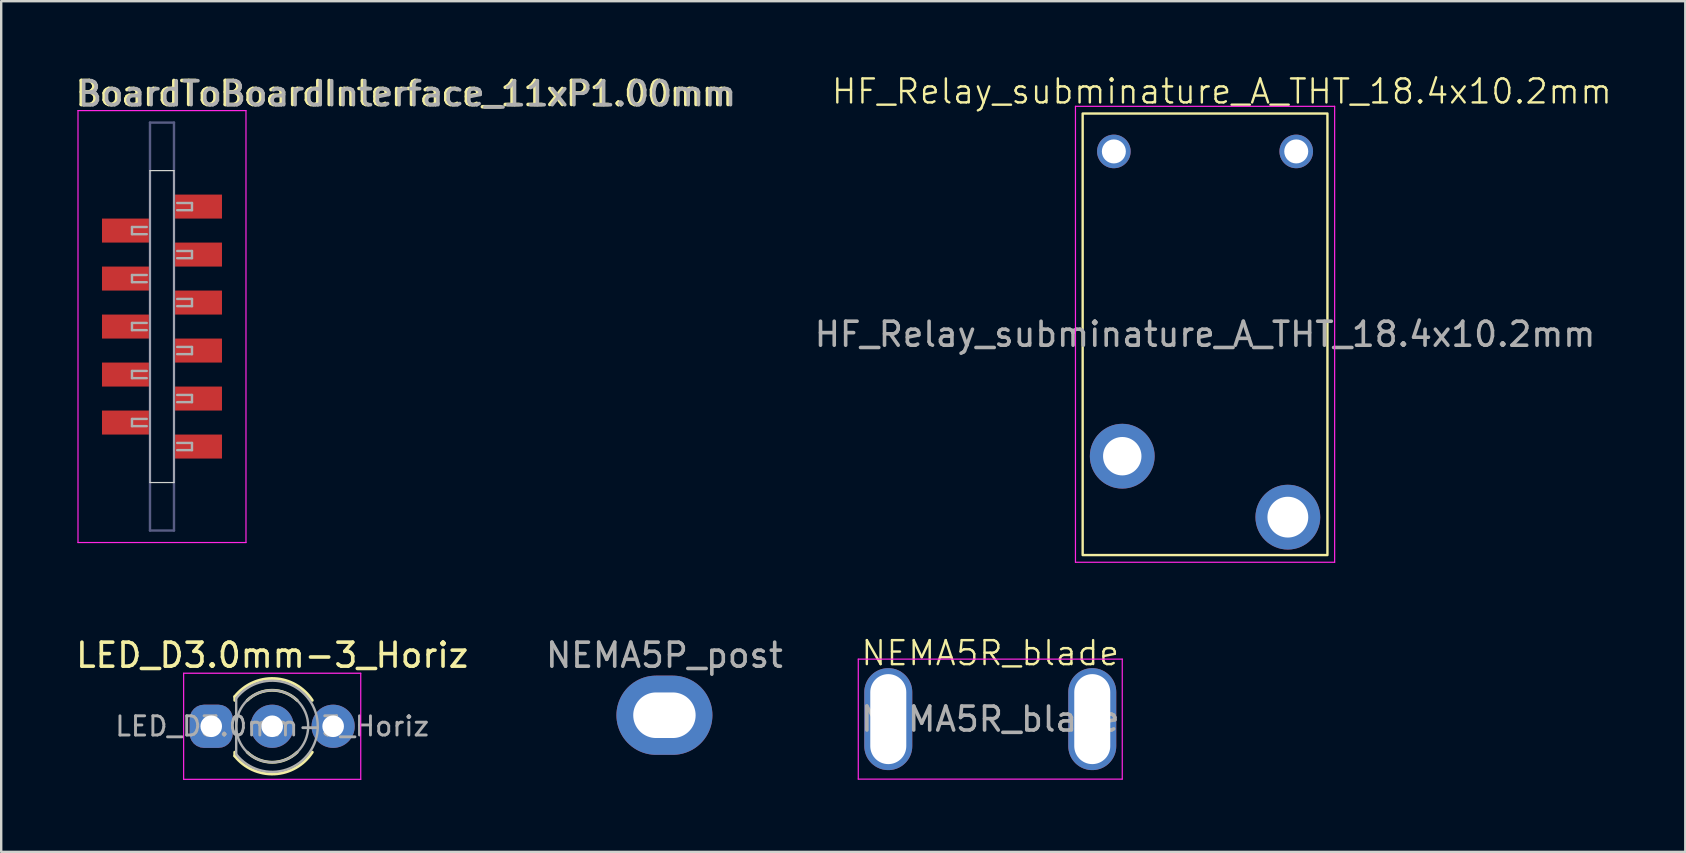
<source format=kicad_pcb>
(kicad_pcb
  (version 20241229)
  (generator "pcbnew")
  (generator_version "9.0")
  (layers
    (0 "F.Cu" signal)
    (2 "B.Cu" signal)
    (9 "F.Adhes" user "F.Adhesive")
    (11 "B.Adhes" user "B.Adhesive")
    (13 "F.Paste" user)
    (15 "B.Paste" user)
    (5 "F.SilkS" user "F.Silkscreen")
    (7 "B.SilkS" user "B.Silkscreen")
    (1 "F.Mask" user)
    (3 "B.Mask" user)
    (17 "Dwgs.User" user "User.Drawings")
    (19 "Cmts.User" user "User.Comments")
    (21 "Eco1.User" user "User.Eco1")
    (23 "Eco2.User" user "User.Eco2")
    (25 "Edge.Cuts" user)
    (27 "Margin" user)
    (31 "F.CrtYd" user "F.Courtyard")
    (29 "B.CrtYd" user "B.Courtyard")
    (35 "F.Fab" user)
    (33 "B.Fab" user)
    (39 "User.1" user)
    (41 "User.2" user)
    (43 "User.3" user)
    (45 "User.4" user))
  (footprint "NEMA5P_post"
    (layer "F.Cu")
    (at 24.637 26.754)
    (property "Reference" "NEMA5P_post" (at 0 -2.5 0) (unlocked yes) (layer "F.SilkS") (effects (font (size 1 1) (thickness 0.1))))
    (attr through_hole)
    (fp_text user "${REFERENCE}" (at 0 -2.5 0) (unlocked yes) (layer "F.Fab") (effects (font (size 1 1) (thickness 0.15))))
    (pad "1" thru_hole oval (at 0 0) (size 4 3.3) (drill oval 2.6 1.9) (layers "*.Cu" "*.Mask")))
  (footprint "NEMA5R_blade"
    (layer "F.Cu")
    (at 38.215 26.916)
    (property "Reference" "NEMA5R_blade" (at 0 -2.75 0) (unlocked yes) (layer "F.SilkS") (effects (font (size 1 1) (thickness 0.1))))
    (attr through_hole)
    (fp_line (start -5.5 -2.5) (end 5.5 -2.5) (stroke (width 0.05) (type default)) (layer "F.CrtYd"))
    (fp_line (start -5.5 2.5) (end -5.5 -2.5) (stroke (width 0.05) (type default)) (layer "F.CrtYd"))
    (fp_line (start 5.5 -2.5) (end 5.5 2.5) (stroke (width 0.05) (type default)) (layer "F.CrtYd"))
    (fp_line (start 5.5 2.5) (end -5.5 2.5) (stroke (width 0.05) (type default)) (layer "F.CrtYd"))
    (fp_text user "${REFERENCE}" (at 0 0 0) (unlocked yes) (layer "F.Fab") (effects (font (size 1 1) (thickness 0.15))))
    (pad "1" thru_hole oval (at -4.25 0) (size 2 4.25) (drill oval 1.5 3.75) (layers "*.Cu" "*.Mask"))
    (pad "1" thru_hole oval (at 4.25 0) (size 2 4.25) (drill oval 1.5 3.75) (layers "*.Cu" "*.Mask")))
  (footprint "HF_Relay_subminature_A_THT_18.4x10.2mm"
    (layer "F.Cu")
    (at 43.365 3.26)
    (property "Reference" "HF_Relay_subminature_A_THT_18.4x10.2mm" (at 4.5 -2.5 0) (unlocked yes) (layer "F.SilkS") (effects (font (size 1 1) (thickness 0.1))))
    (attr through_hole)
    (fp_rect (start -1.3 -1.58) (end 8.9 16.82) (stroke (width 0.1) (type solid)) (fill no) (layer "F.SilkS"))
    (fp_line (start -1.6 -1.88) (end -1.6 17.12) (stroke (width 0.05) (type solid)) (layer "F.CrtYd"))
    (fp_line (start -1.6 -1.88) (end 9.2 -1.88) (stroke (width 0.05) (type solid)) (layer "F.CrtYd"))
    (fp_line (start -1.6 17.12) (end 9.2 17.12) (stroke (width 0.05) (type solid)) (layer "F.CrtYd"))
    (fp_line (start 9.2 -1.88) (end 9.2 17.12) (stroke (width 0.05) (type solid)) (layer "F.CrtYd"))
    (fp_text user "${REFERENCE}" (at 3.8 7.62 0) (unlocked yes) (layer "F.Fab") (effects (font (size 1 1) (thickness 0.15))))
    (pad "13" thru_hole circle (at 0.35 12.7 270) (size 2.7 2.7) (drill 1.6) (layers "*.Cu" "*.Mask"))
    (pad "14" thru_hole circle (at 7.25 15.24 270) (size 2.7 2.7) (drill 1.7) (layers "*.Cu" "*.Mask"))
    (pad "A1" thru_hole circle (at 0 0 270) (size 1.4 1.4) (drill 1) (layers "*.Cu" "*.Mask"))
    (pad "A2" thru_hole circle (at 7.6 0 270) (size 1.4 1.4) (drill 1) (layers "*.Cu" "*.Mask")))
  (footprint "BoardToBoardInterface_11xP1.00mm"
    (layer "F.Cu")
    (at 3.7 10.558)
    (property "Reference" "BoardToBoardInterface_11xP1.00mm" (at -3.7 -9.71 0) (layer "F.SilkS") (effects (font (size 1 1) (thickness 0.15)) (justify left)))
    (attr through_hole)
    (fp_line (start -0.5 -6.5) (end -0.5 6.5) (stroke (width 0.05) (type default)) (layer "Edge.Cuts"))
    (fp_line (start -0.5 -6.5) (end 0.5 -6.5) (stroke (width 0.05) (type solid)) (layer "Edge.Cuts"))
    (fp_line (start -0.5 6.5) (end 0.5 6.5) (stroke (width 0.05) (type solid)) (layer "Edge.Cuts"))
    (fp_line (start 0.5 -6.5) (end 0.5 6.5) (stroke (width 0.05) (type default)) (layer "Edge.Cuts"))
    (fp_line (start -3.5 -9) (end -3.5 9) (stroke (width 0.05) (type solid)) (layer "F.CrtYd"))
    (fp_line (start -3.5 9) (end 3.5 9) (stroke (width 0.05) (type solid)) (layer "F.CrtYd"))
    (fp_line (start 3.5 -9) (end -3.5 -9) (stroke (width 0.05) (type solid)) (layer "F.CrtYd"))
    (fp_line (start 3.5 9) (end 3.5 -9) (stroke (width 0.05) (type solid)) (layer "F.CrtYd"))
    (fp_line (start -0.5 -8.5) (end -0.5 8.5) (stroke (width 0.1) (type solid)) (layer "B.Fab"))
    (fp_line (start -0.5 -8.5) (end 0.5 -8.5) (stroke (width 0.1) (type default)) (layer "B.Fab"))
    (fp_line (start -0.5 8.5) (end 0.5 8.5) (stroke (width 0.1) (type default)) (layer "B.Fab"))
    (fp_line (start 0.5 -8.5) (end 0.5 8.5) (stroke (width 0.1) (type solid)) (layer "B.Fab"))
    (fp_line (start -1.25 -4.15) (end -1.25 -3.85) (stroke (width 0.1) (type solid)) (layer "F.Fab"))
    (fp_line (start -1.25 -3.85) (end -0.635 -3.85) (stroke (width 0.1) (type solid)) (layer "F.Fab"))
    (fp_line (start -1.25 -2.15) (end -1.25 -1.85) (stroke (width 0.1) (type solid)) (layer "F.Fab"))
    (fp_line (start -1.25 -1.85) (end -0.635 -1.85) (stroke (width 0.1) (type solid)) (layer "F.Fab"))
    (fp_line (start -1.25 -0.15) (end -1.25 0.15) (stroke (width 0.1) (type solid)) (layer "F.Fab"))
    (fp_line (start -1.25 0.15) (end -0.635 0.15) (stroke (width 0.1) (type solid)) (layer "F.Fab"))
    (fp_line (start -1.25 1.85) (end -1.25 2.15) (stroke (width 0.1) (type solid)) (layer "F.Fab"))
    (fp_line (start -1.25 2.15) (end -0.635 2.15) (stroke (width 0.1) (type solid)) (layer "F.Fab"))
    (fp_line (start -1.25 3.85) (end -1.25 4.15) (stroke (width 0.1) (type solid)) (layer "F.Fab"))
    (fp_line (start -1.25 4.15) (end -0.635 4.15) (stroke (width 0.1) (type solid)) (layer "F.Fab"))
    (fp_line (start -0.635 -4.15) (end -1.25 -4.15) (stroke (width 0.1) (type solid)) (layer "F.Fab"))
    (fp_line (start -0.635 -2.15) (end -1.25 -2.15) (stroke (width 0.1) (type solid)) (layer "F.Fab"))
    (fp_line (start -0.635 -0.15) (end -1.25 -0.15) (stroke (width 0.1) (type solid)) (layer "F.Fab"))
    (fp_line (start -0.635 1.85) (end -1.25 1.85) (stroke (width 0.1) (type solid)) (layer "F.Fab"))
    (fp_line (start -0.635 3.85) (end -1.25 3.85) (stroke (width 0.1) (type solid)) (layer "F.Fab"))
    (fp_line (start 0.635 -5.15) (end 1.25 -5.15) (stroke (width 0.1) (type solid)) (layer "F.Fab"))
    (fp_line (start 0.635 -3.15) (end 1.25 -3.15) (stroke (width 0.1) (type solid)) (layer "F.Fab"))
    (fp_line (start 0.635 -1.15) (end 1.25 -1.15) (stroke (width 0.1) (type solid)) (layer "F.Fab"))
    (fp_line (start 0.635 0.85) (end 1.25 0.85) (stroke (width 0.1) (type solid)) (layer "F.Fab"))
    (fp_line (start 0.635 2.85) (end 1.25 2.85) (stroke (width 0.1) (type solid)) (layer "F.Fab"))
    (fp_line (start 0.635 4.85) (end 1.25 4.85) (stroke (width 0.1) (type solid)) (layer "F.Fab"))
    (fp_line (start 1.25 -5.15) (end 1.25 -4.85) (stroke (width 0.1) (type solid)) (layer "F.Fab"))
    (fp_line (start 1.25 -4.85) (end 0.635 -4.85) (stroke (width 0.1) (type solid)) (layer "F.Fab"))
    (fp_line (start 1.25 -3.15) (end 1.25 -2.85) (stroke (width 0.1) (type solid)) (layer "F.Fab"))
    (fp_line (start 1.25 -2.85) (end 0.635 -2.85) (stroke (width 0.1) (type solid)) (layer "F.Fab"))
    (fp_line (start 1.25 -1.15) (end 1.25 -0.85) (stroke (width 0.1) (type solid)) (layer "F.Fab"))
    (fp_line (start 1.25 -0.85) (end 0.635 -0.85) (stroke (width 0.1) (type solid)) (layer "F.Fab"))
    (fp_line (start 1.25 0.85) (end 1.25 1.15) (stroke (width 0.1) (type solid)) (layer "F.Fab"))
    (fp_line (start 1.25 1.15) (end 0.635 1.15) (stroke (width 0.1) (type solid)) (layer "F.Fab"))
    (fp_line (start 1.25 2.85) (end 1.25 3.15) (stroke (width 0.1) (type solid)) (layer "F.Fab"))
    (fp_line (start 1.25 3.15) (end 0.635 3.15) (stroke (width 0.1) (type solid)) (layer "F.Fab"))
    (fp_line (start 1.25 4.85) (end 1.25 5.15) (stroke (width 0.1) (type solid)) (layer "F.Fab"))
    (fp_line (start 1.25 5.15) (end 0.635 5.15) (stroke (width 0.1) (type solid)) (layer "F.Fab"))
    (fp_text user "${REFERENCE}" (at -3.6 -9.7 180) (layer "F.Fab") (effects (font (size 1 1) (thickness 0.15)) (justify left)))
    (pad "1" smd rect (at 1.5 -5) (size 2 1) (layers "F.Cu" "F.Mask" "F.Paste"))
    (pad "2" smd rect (at -1.5 -4) (size 2 1) (layers "F.Cu" "F.Mask" "F.Paste"))
    (pad "3" smd rect (at 1.5 -3) (size 2 1) (layers "F.Cu" "F.Mask" "F.Paste"))
    (pad "4" smd rect (at -1.5 -2) (size 2 1) (layers "F.Cu" "F.Mask" "F.Paste"))
    (pad "5" smd rect (at 1.5 -1) (size 2 1) (layers "F.Cu" "F.Mask" "F.Paste"))
    (pad "6" smd rect (at -1.5 0) (size 2 1) (layers "F.Cu" "F.Mask" "F.Paste"))
    (pad "7" smd rect (at 1.5 1) (size 2 1) (layers "F.Cu" "F.Mask" "F.Paste"))
    (pad "8" smd rect (at -1.5 2) (size 2 1) (layers "F.Cu" "F.Mask" "F.Paste"))
    (pad "9" smd rect (at 1.5 3) (size 2 1) (layers "F.Cu" "F.Mask" "F.Paste"))
    (pad "10" smd rect (at -1.5 4) (size 2 1) (layers "F.Cu" "F.Mask" "F.Paste"))
    (pad "11" smd rect (at 1.5 5) (size 2 1) (layers "F.Cu" "F.Mask" "F.Paste")))
  (footprint "LED_D3.0mm-3_Horiz"
    (layer "F.Cu")
    (at 5.752 27.214)
    (property "Reference" "LED_D3.0mm-3_Horiz" (at 2.54 -2.96 0) (layer "F.SilkS") (effects (font (size 1 1) (thickness 0.15))))
    (attr through_hole)
    (fp_line (start 0.98 -1.236) (end 0.98 -1.08) (stroke (width 0.12) (type solid)) (layer "F.SilkS"))
    (fp_line (start 0.98 1.08) (end 0.98 1.236) (stroke (width 0.12) (type solid)) (layer "F.SilkS"))
    (fp_arc (start 0.98 -1.235516) (mid 2.63566 -1.987699) (end 4.211437 -1.08) (stroke (width 0.12) (type solid)) (layer "F.SilkS"))
    (fp_arc (start 1.499039 -1.08) (mid 2.54 -1.5) (end 3.580961 -1.08) (stroke (width 0.12) (type solid)) (layer "F.SilkS"))
    (fp_arc (start 3.580961 1.08) (mid 2.54 1.5) (end 1.499039 1.08) (stroke (width 0.12) (type solid)) (layer "F.SilkS"))
    (fp_arc (start 4.211437 1.08) (mid 2.63566 1.987699) (end 0.98 1.235516) (stroke (width 0.12) (type solid)) (layer "F.SilkS"))
    (fp_line (start -1.15 -2.21) (end -1.15 2.21) (stroke (width 0.05) (type solid)) (layer "F.CrtYd"))
    (fp_line (start -1.15 2.21) (end 6.23 2.21) (stroke (width 0.05) (type solid)) (layer "F.CrtYd"))
    (fp_line (start 6.23 -2.21) (end -1.15 -2.21) (stroke (width 0.05) (type solid)) (layer "F.CrtYd"))
    (fp_line (start 6.23 2.21) (end 6.23 -2.21) (stroke (width 0.05) (type solid)) (layer "F.CrtYd"))
    (fp_line (start 1.04 -1.166) (end 1.04 1.166) (stroke (width 0.1) (type solid)) (layer "F.Fab"))
    (fp_arc (start 1.04 -1.16619) (mid 4.44 0) (end 1.04 1.16619) (stroke (width 0.1) (type solid)) (layer "F.Fab"))
    (fp_circle (center 2.54 0) (end 4.04 0) (stroke (width 0.1) (type solid)) (fill no) (layer "F.Fab"))
    (fp_text user "${REFERENCE}" (at 2.54 0 0) (layer "F.Fab") (effects (font (size 0.8 0.8) (thickness 0.12))))
    (pad "1" thru_hole roundrect (at 0 0) (size 1.8 1.8) (drill 0.9) (layers "*.Cu" "*.Mask") (roundrect_rratio 0.333))
    (pad "2" thru_hole circle (at 2.54 0) (size 1.8 1.8) (drill 0.9) (layers "*.Cu" "*.Mask"))
    (pad "3" thru_hole circle (at 5.08 0) (size 1.8 1.8) (drill 0.9) (layers "*.Cu" "*.Mask")))
  (gr_rect
    (start -3 -3)
    (end 67.177 32.449)
    (stroke (width 0.1) (type default))
    (fill no)
    (layer "Edge.Cuts")))
</source>
